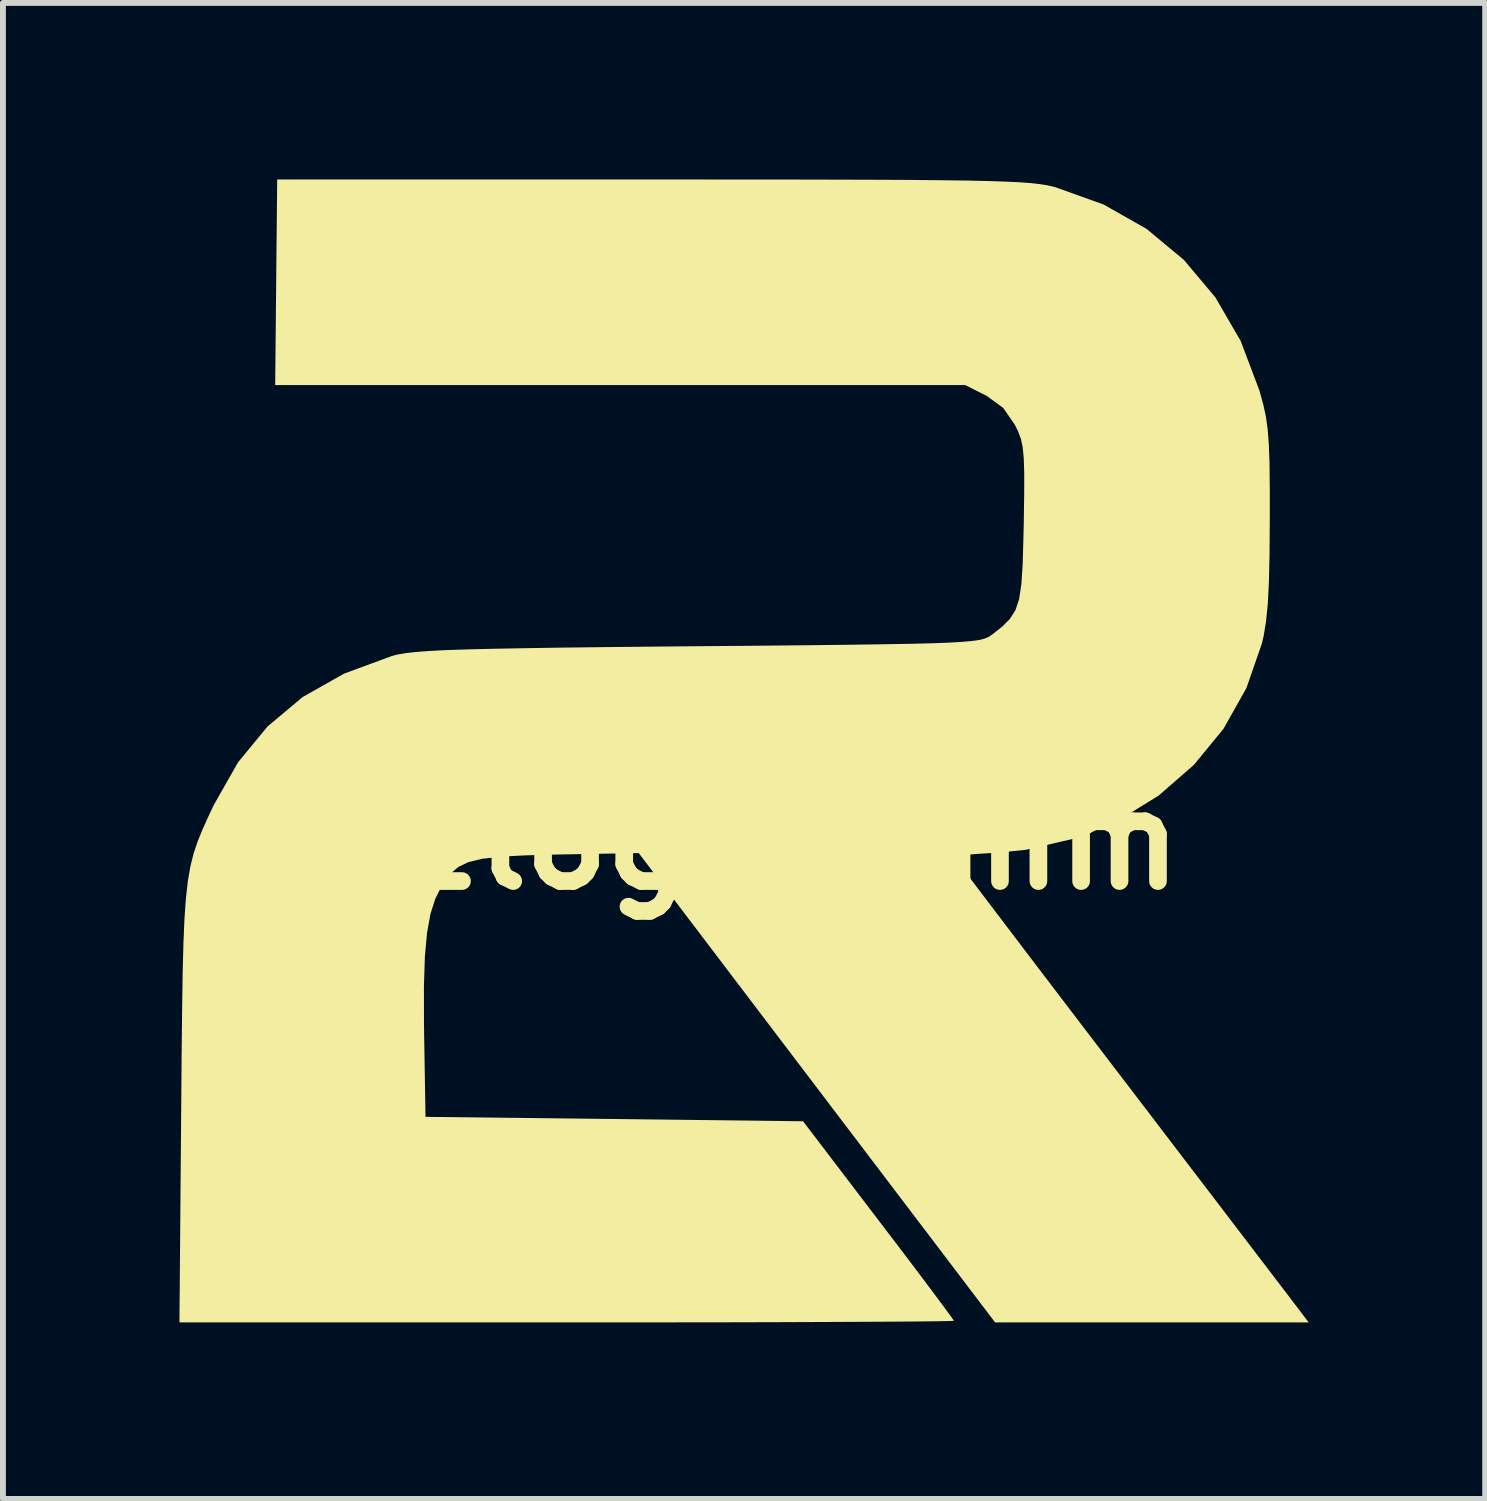
<source format=kicad_pcb>
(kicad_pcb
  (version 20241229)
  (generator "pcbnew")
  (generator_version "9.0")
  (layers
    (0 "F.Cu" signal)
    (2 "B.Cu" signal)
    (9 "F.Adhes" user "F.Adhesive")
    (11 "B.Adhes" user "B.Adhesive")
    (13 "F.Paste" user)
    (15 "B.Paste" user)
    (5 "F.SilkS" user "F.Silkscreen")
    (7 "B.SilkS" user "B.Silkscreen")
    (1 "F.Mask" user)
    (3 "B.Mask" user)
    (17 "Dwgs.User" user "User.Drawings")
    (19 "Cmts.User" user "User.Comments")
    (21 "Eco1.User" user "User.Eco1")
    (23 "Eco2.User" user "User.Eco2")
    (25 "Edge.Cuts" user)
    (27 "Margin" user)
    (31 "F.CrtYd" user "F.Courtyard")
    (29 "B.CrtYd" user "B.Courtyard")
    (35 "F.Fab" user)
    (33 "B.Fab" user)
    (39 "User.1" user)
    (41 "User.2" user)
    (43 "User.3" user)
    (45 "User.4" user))
  (footprint "R2logo30mm"
    (layer "F.Cu")
    (at 9.555 11.235)
    (property "Reference" "R2logo30mm" (at 0 0 0) (layer "F.SilkS") (effects (font (size 1.524 1.524) (thickness 0.3))))
    (attr board_only exclude_from_pos_files exclude_from_bom)
    (fp_poly (pts (xy -0.389 -11.234) (xy 0.605 -11.234) (xy 1.469 -11.232) (xy 2.213 -11.23) (xy 2.848 -11.227) (xy 3.383 -11.222) (xy 3.828 -11.216) (xy 4.194 -11.208) (xy 4.49 -11.198) (xy 4.727 -11.187) (xy 4.915 -11.173) (xy 5.065 -11.156) (xy 5.185 -11.137) (xy 5.287 -11.115) (xy 5.336 -11.102) (xy 6.154 -10.808) (xy 6.883 -10.394) (xy 7.518 -9.866) (xy 8.052 -9.23) (xy 8.481 -8.491) (xy 8.798 -7.654) (xy 8.807 -7.624) (xy 8.866 -7.408) (xy 8.91 -7.206) (xy 8.94 -6.99) (xy 8.96 -6.733) (xy 8.972 -6.408) (xy 8.976 -5.988) (xy 8.976 -5.448) (xy 8.972 -4.854) (xy 8.961 -4.384) (xy 8.942 -4.015) (xy 8.912 -3.721) (xy 8.872 -3.476) (xy 8.844 -3.353) (xy 8.579 -2.591) (xy 8.189 -1.898) (xy 7.687 -1.286) (xy 7.087 -0.763) (xy 6.402 -0.341) (xy 5.645 -0.031) (xy 4.829 0.158) (xy 4.347 0.207) (xy 4.034 0.226) (xy 3.787 0.245) (xy 3.637 0.262) (xy 3.607 0.27) (xy 3.651 0.332) (xy 3.779 0.503) (xy 3.983 0.773) (xy 4.254 1.131) (xy 4.586 1.568) (xy 4.97 2.073) (xy 5.398 2.635) (xy 5.863 3.245) (xy 6.357 3.892) (xy 6.409 3.96) (xy 6.913 4.619) (xy 7.394 5.25) (xy 7.845 5.84) (xy 8.257 6.38) (xy 8.62 6.856) (xy 8.927 7.258) (xy 9.169 7.575) (xy 9.337 7.795) (xy 9.422 7.908) (xy 9.424 7.909) (xy 9.637 8.191) (xy 4.308 8.191) (xy 1.279 4.202) (xy -1.749 0.214) (xy -3.11 0.238) (xy -3.665 0.252) (xy -4.091 0.274) (xy -4.411 0.311) (xy -4.646 0.368) (xy -4.819 0.452) (xy -4.952 0.567) (xy -5.065 0.721) (xy -5.095 0.768) (xy -5.206 0.988) (xy -5.289 1.248) (xy -5.347 1.57) (xy -5.384 1.974) (xy -5.4 2.482) (xy -5.399 3.114) (xy -5.397 3.269) (xy -5.373 4.697) (xy -2.165 4.734) (xy 1.044 4.772) (xy 2.325 6.453) (xy 2.657 6.889) (xy 2.957 7.284) (xy 3.213 7.625) (xy 3.414 7.895) (xy 3.549 8.078) (xy 3.606 8.16) (xy 3.607 8.163) (xy 3.534 8.167) (xy 3.321 8.171) (xy 2.979 8.175) (xy 2.519 8.178) (xy 1.952 8.181) (xy 1.289 8.184) (xy 0.539 8.187) (xy -0.285 8.189) (xy -1.174 8.19) (xy -2.116 8.191) (xy -2.974 8.191) (xy -9.555 8.191) (xy -9.525 4.528) (xy -9.518 3.649) (xy -9.51 2.905) (xy -9.501 2.281) (xy -9.488 1.762) (xy -9.47 1.334) (xy -9.445 0.981) (xy -9.412 0.687) (xy -9.369 0.439) (xy -9.314 0.22) (xy -9.246 0.016) (xy -9.163 -0.188) (xy -9.064 -0.407) (xy -8.973 -0.601) (xy -8.56 -1.328) (xy -8.058 -1.938) (xy -7.46 -2.439) (xy -6.757 -2.836) (xy -5.945 -3.136) (xy -5.842 -3.162) (xy -5.711 -3.184) (xy -5.542 -3.203) (xy -5.323 -3.22) (xy -5.042 -3.235) (xy -4.687 -3.247) (xy -4.248 -3.258) (xy -3.712 -3.268) (xy -3.068 -3.278) (xy -2.304 -3.287) (xy -1.41 -3.296) (xy -0.738 -3.302) (xy 0.228 -3.31) (xy 1.055 -3.318) (xy 1.755 -3.326) (xy 2.338 -3.334) (xy 2.817 -3.342) (xy 3.202 -3.351) (xy 3.505 -3.362) (xy 3.737 -3.375) (xy 3.909 -3.39) (xy 4.034 -3.407) (xy 4.121 -3.429) (xy 4.183 -3.453) (xy 4.232 -3.482) (xy 4.255 -3.499) (xy 4.43 -3.636) (xy 4.56 -3.767) (xy 4.653 -3.914) (xy 4.716 -4.104) (xy 4.755 -4.361) (xy 4.777 -4.708) (xy 4.79 -5.171) (xy 4.795 -5.397) (xy 4.802 -5.878) (xy 4.803 -6.236) (xy 4.795 -6.495) (xy 4.777 -6.683) (xy 4.746 -6.827) (xy 4.699 -6.951) (xy 4.644 -7.064) (xy 4.445 -7.353) (xy 4.167 -7.555) (xy 4.136 -7.571) (xy 3.801 -7.74) (xy -2.064 -7.74) (xy -7.928 -7.74) (xy -7.911 -9.487) (xy -7.894 -11.235) (xy -1.523 -11.235)) (stroke (width 0) (type solid)) (fill yes) (layer "F.SilkS")))
  (gr_rect
    (start -3 -3)
    (end 22.192 22.426)
    (stroke (width 0.1) (type default))
    (fill no)
    (layer "Edge.Cuts")))
</source>
